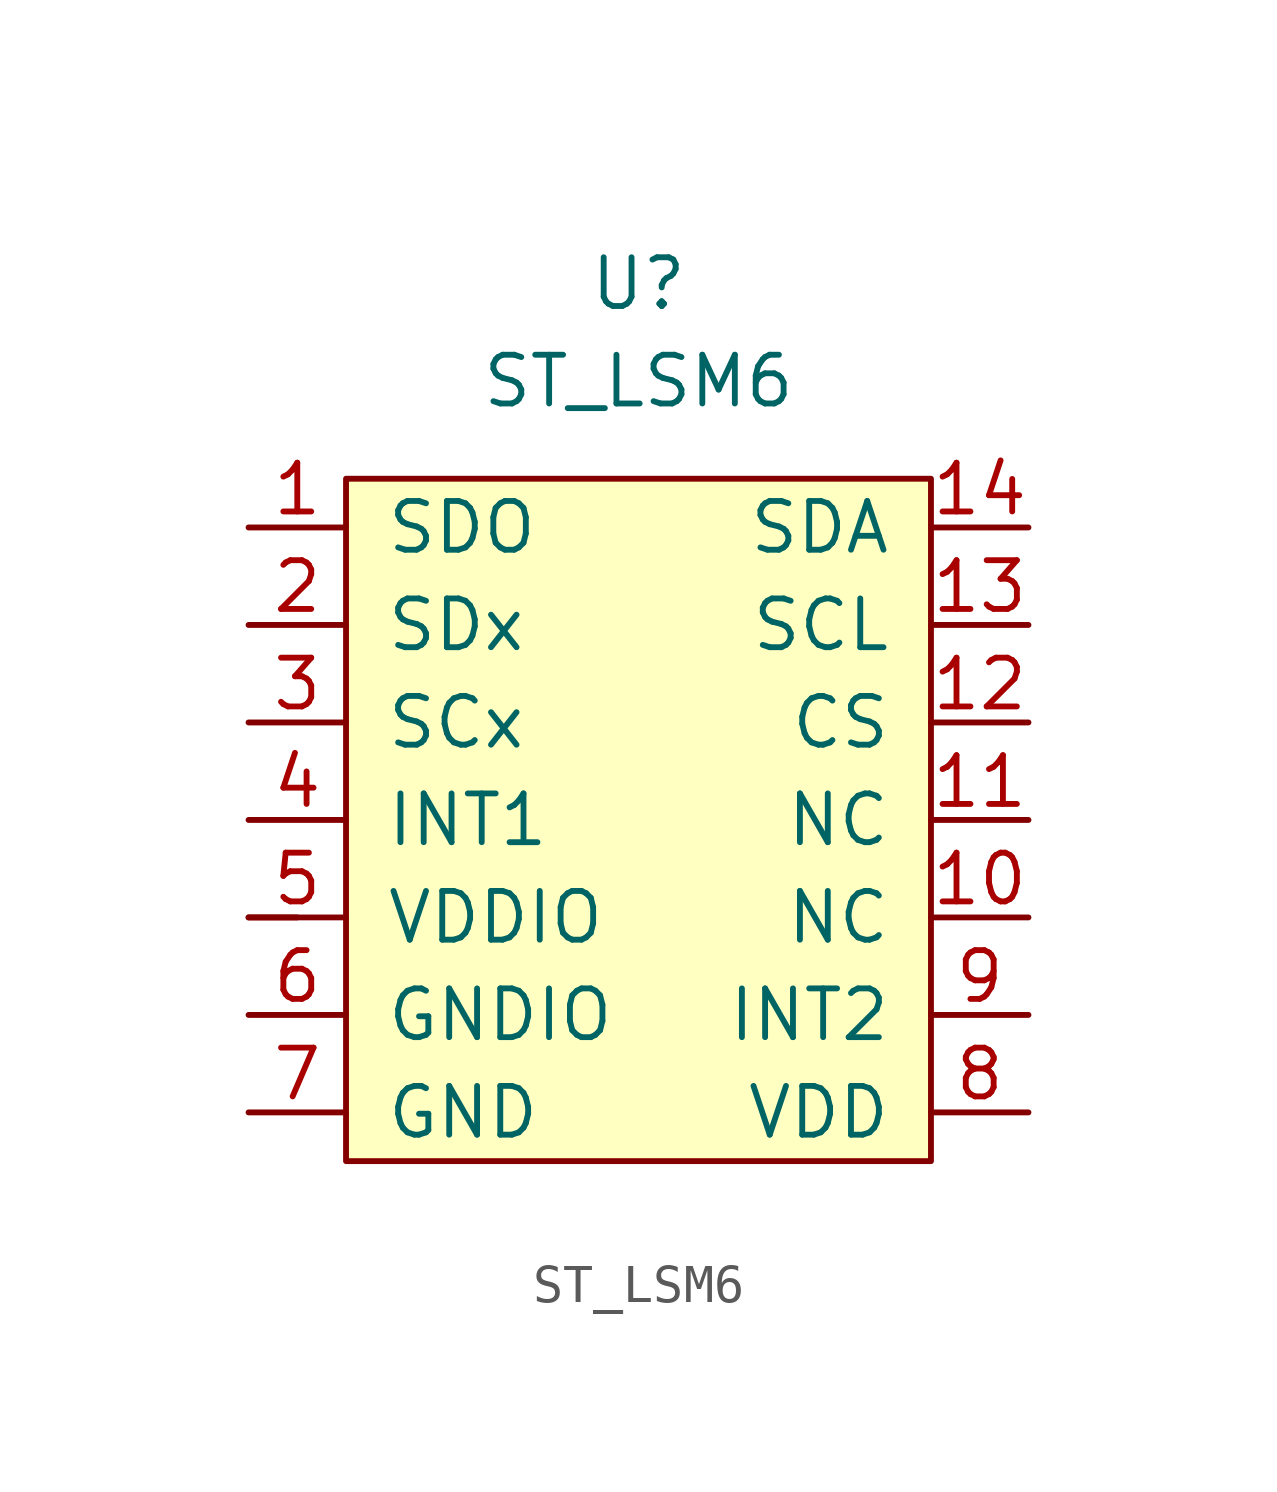
<source format=kicad_sym>
(kicad_symbol_lib
  (version 20211014)
  (generator kicad_symbol_editor)
  (symbol "ST_LSM6"
    (pin_names
      (offset 1.016))
    (property "Reference" "U"
      (at 0 10.16 0)
      (effects (font (size 1.27 1.27))))
    (property "Value" "ST_LSM6"
      (at 0 7.62 0)
      (effects (font (size 1.27 1.27))))
    (symbol "ST_LSM6_0_0"
      (rectangle (start -7.62 5.08) (end 7.62 -12.7) (stroke (width 0) (type default) (color 0 0 0 0)) (fill (type background))))
    (symbol "ST_LSM6_0_1"
      (rectangle (start -8.89 -6.35) (end -10.16 -6.35) (stroke (width 0) (type default) (color 0 0 0 0)) (fill (type none))))
    (symbol "ST_LSM6_1_1"
      (pin bidirectional line (at -10.16 3.81 0) (length 2.54) (name "SDO" (effects (font (size 1.27 1.27)))) (number "1" (effects (font (size 1.27 1.27)))))
      (pin bidirectional line (at 10.16 -6.35 180) (length 2.54) (name "NC" (effects (font (size 1.27 1.27)))) (number "10" (effects (font (size 1.27 1.27)))))
      (pin bidirectional line (at 10.16 -3.81 180) (length 2.54) (name "NC" (effects (font (size 1.27 1.27)))) (number "11" (effects (font (size 1.27 1.27)))))
      (pin bidirectional line (at 10.16 -1.27 180) (length 2.54) (name "CS" (effects (font (size 1.27 1.27)))) (number "12" (effects (font (size 1.27 1.27)))))
      (pin bidirectional line (at 10.16 1.27 180) (length 2.54) (name "SCL" (effects (font (size 1.27 1.27)))) (number "13" (effects (font (size 1.27 1.27)))))
      (pin bidirectional line (at 10.16 3.81 180) (length 2.54) (name "SDA" (effects (font (size 1.27 1.27)))) (number "14" (effects (font (size 1.27 1.27)))))
      (pin bidirectional line (at -10.16 1.27 0) (length 2.54) (name "SDx" (effects (font (size 1.27 1.27)))) (number "2" (effects (font (size 1.27 1.27)))))
      (pin bidirectional line (at -10.16 -1.27 0) (length 2.54) (name "SCx" (effects (font (size 1.27 1.27)))) (number "3" (effects (font (size 1.27 1.27)))))
      (pin bidirectional line (at -10.16 -3.81 0) (length 2.54) (name "INT1" (effects (font (size 1.27 1.27)))) (number "4" (effects (font (size 1.27 1.27)))))
      (pin bidirectional line (at -10.16 -6.35 0) (length 2.54) (name "VDDIO" (effects (font (size 1.27 1.27)))) (number "5" (effects (font (size 1.27 1.27)))))
      (pin bidirectional line (at -10.16 -8.89 0) (length 2.54) (name "GNDIO" (effects (font (size 1.27 1.27)))) (number "6" (effects (font (size 1.27 1.27)))))
      (pin bidirectional line (at -10.16 -11.43 0) (length 2.54) (name "GND" (effects (font (size 1.27 1.27)))) (number "7" (effects (font (size 1.27 1.27)))))
      (pin bidirectional line (at 10.16 -11.43 180) (length 2.54) (name "VDD" (effects (font (size 1.27 1.27)))) (number "8" (effects (font (size 1.27 1.27)))))
      (pin bidirectional line (at 10.16 -8.89 180) (length 2.54) (name "INT2" (effects (font (size 1.27 1.27)))) (number "9" (effects (font (size 1.27 1.27))))))))
</source>
